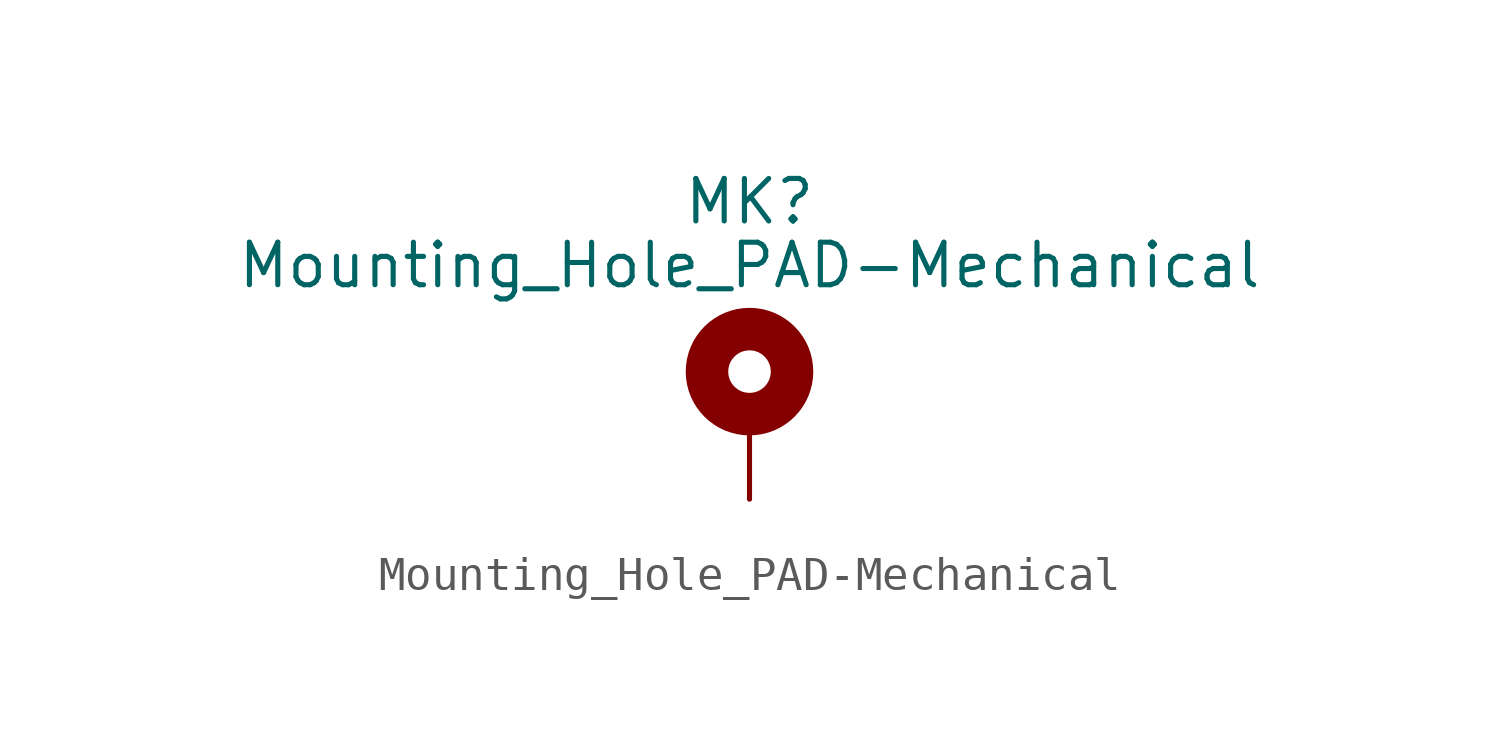
<source format=kicad_sym>
(kicad_symbol_lib
  (version 20201005)
  (generator kicad_symbol_editor)
  (symbol "Hammond_1593K_Enclosure-rescue:Mounting_Hole_PAD-Mechanical"
    (pin_numbers hide)
    (pin_names
      (offset 1.016) hide)
    (property "Reference" "MK"
      (at 0 6.35 0)
      (effects (font (size 1.27 1.27))))
    (property "Value" "Mounting_Hole_PAD-Mechanical"
      (at 0 4.445 0)
      (effects (font (size 1.27 1.27))))
    (symbol "Mounting_Hole_PAD-Mechanical_0_1"
      (circle (center 0 1.27) (radius 1.27) (stroke (width 1.27)) (fill (type none))))
    (symbol "Mounting_Hole_PAD-Mechanical_1_1"
      (pin input line (at 0 -2.54 90) (length 2.54) (name "1" (effects (font (size 1.27 1.27)))) (number "1" (effects (font (size 1.27 1.27))))))))
</source>
